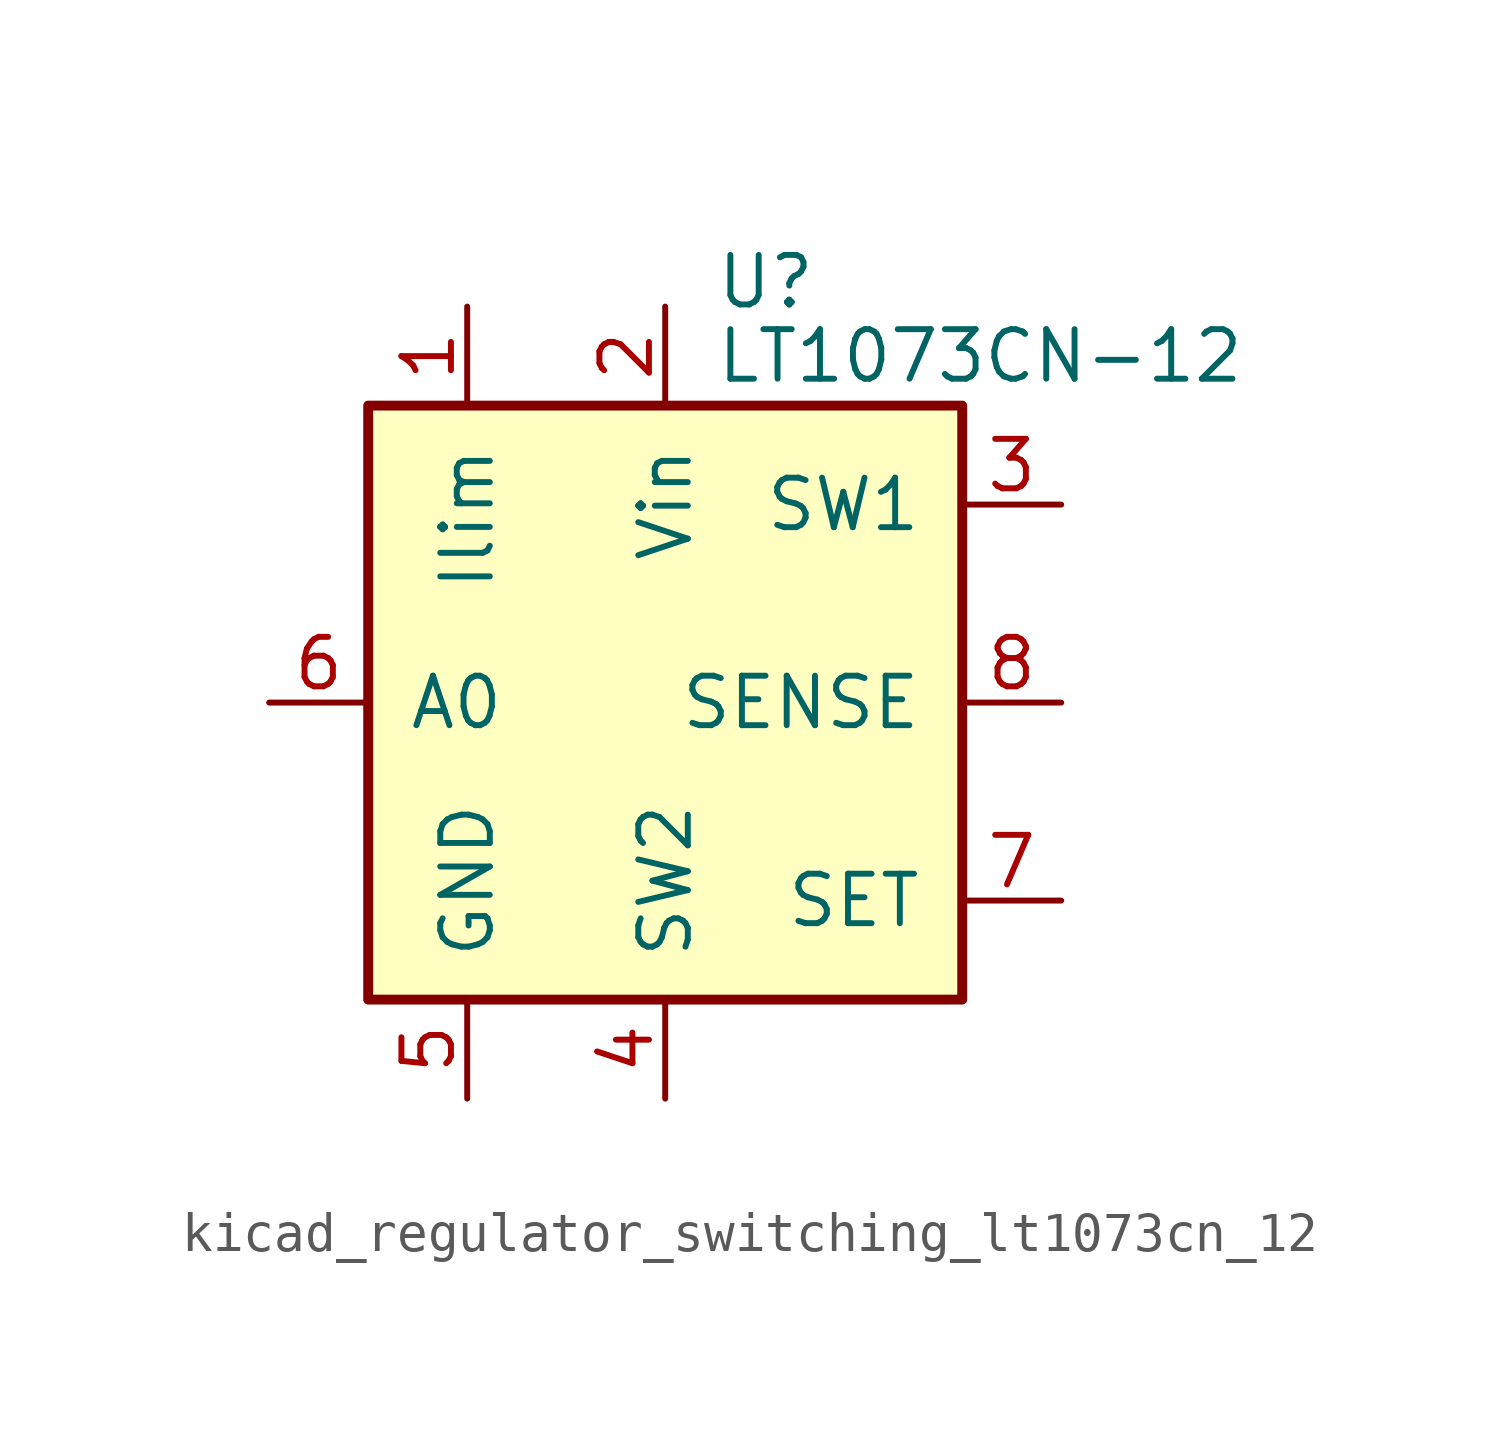
<source format=kicad_sym>
(kicad_symbol_lib
  (version 20220914)
  (generator kicad_symbol_editor)
  (symbol "kicad_regulator_switching_lt1073cn_12"
    (pin_names
      (offset 1.016))
    (property "Reference" "U"
      (at 1.27 10.795 0)
      (effects (font (size 1.27 1.27)) (justify left)))
    (property "Value" "LT1073CN-12"
      (at 1.27 8.89 0)
      (effects (font (size 1.27 1.27)) (justify left)))
    (symbol "kicad_regulator_switching_lt1073cn_12_0_1"
      (rectangle (start -7.62 7.62) (end 7.62 -7.62) (stroke (width 0.254) (type default)) (fill (type background))))
    (symbol "kicad_regulator_switching_lt1073cn_12_1_1"
      (pin input line (at -5.08 10.16 270) (length 2.54) (name "Ilim" (effects (font (size 1.27 1.27)))) (number "1" (effects (font (size 1.27 1.27)))))
      (pin power_in line (at 0 10.16 270) (length 2.54) (name "Vin" (effects (font (size 1.27 1.27)))) (number "2" (effects (font (size 1.27 1.27)))))
      (pin input line (at 10.16 5.08 180) (length 2.54) (name "SW1" (effects (font (size 1.27 1.27)))) (number "3" (effects (font (size 1.27 1.27)))))
      (pin input line (at 0 -10.16 90) (length 2.54) (name "SW2" (effects (font (size 1.27 1.27)))) (number "4" (effects (font (size 1.27 1.27)))))
      (pin power_in line (at -5.08 -10.16 90) (length 2.54) (name "GND" (effects (font (size 1.27 1.27)))) (number "5" (effects (font (size 1.27 1.27)))))
      (pin output line (at -10.16 0 0) (length 2.54) (name "A0" (effects (font (size 1.27 1.27)))) (number "6" (effects (font (size 1.27 1.27)))))
      (pin input line (at 10.16 -5.08 180) (length 2.54) (name "SET" (effects (font (size 1.27 1.27)))) (number "7" (effects (font (size 1.27 1.27)))))
      (pin input line (at 10.16 0 180) (length 2.54) (name "SENSE" (effects (font (size 1.27 1.27)))) (number "8" (effects (font (size 1.27 1.27))))))))
</source>
